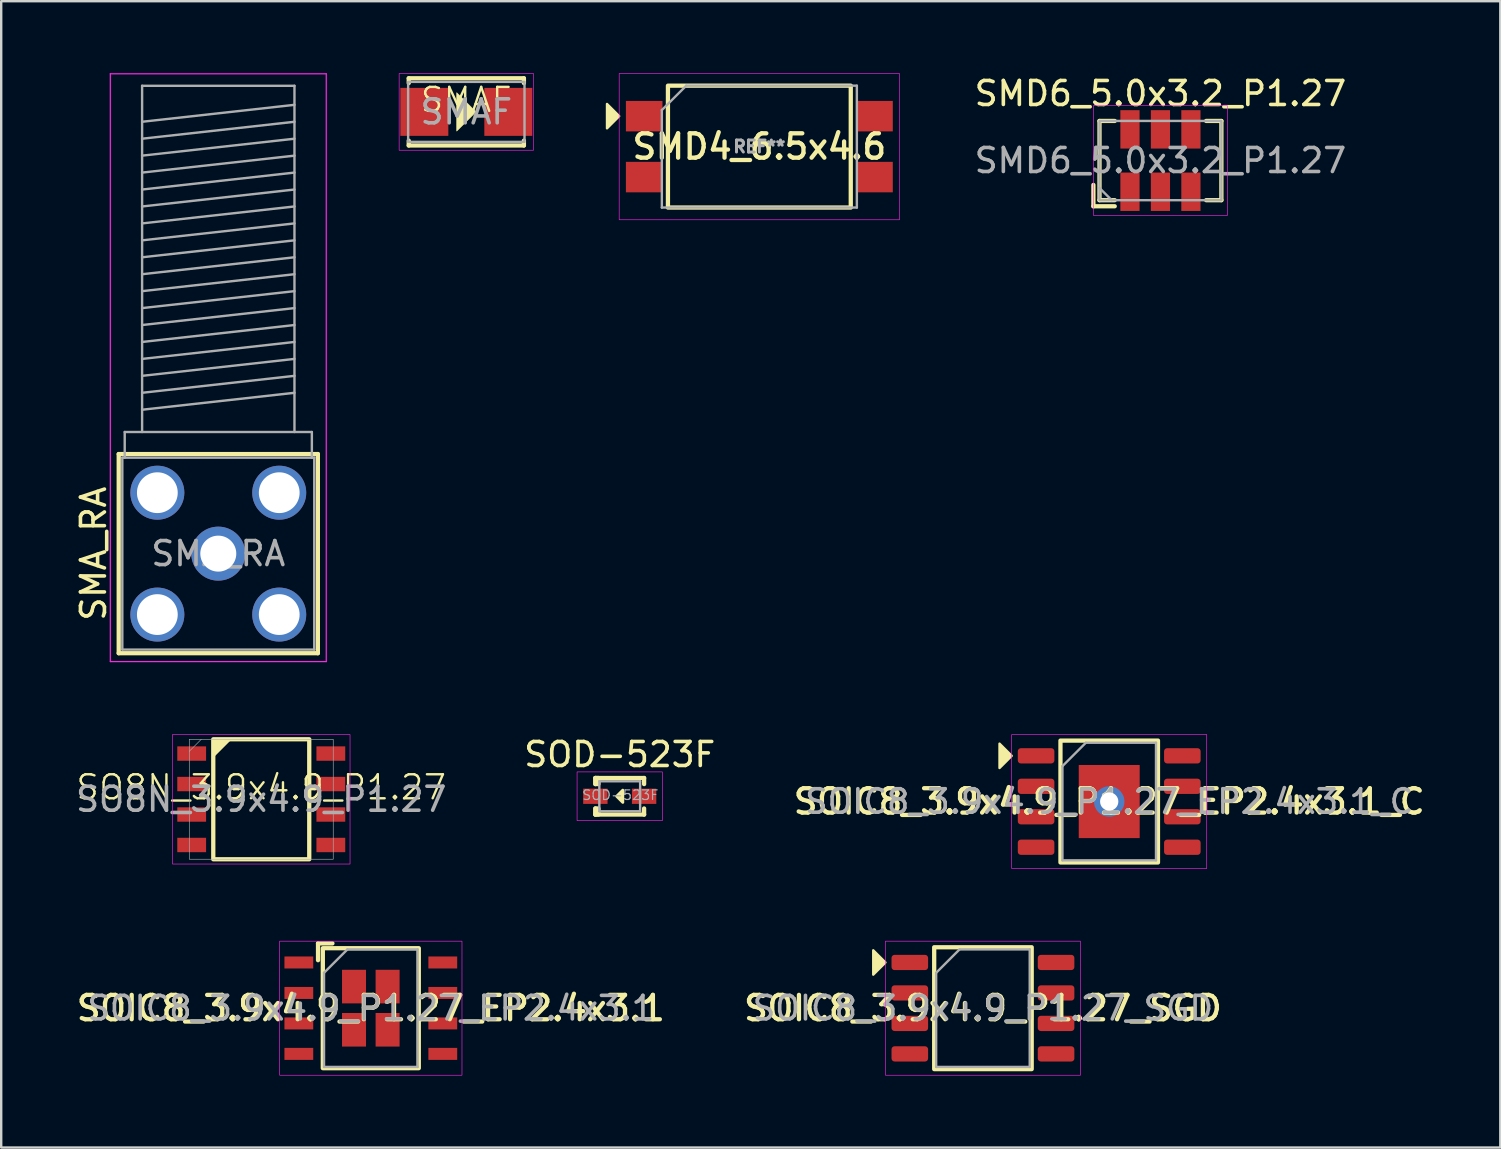
<source format=kicad_pcb>
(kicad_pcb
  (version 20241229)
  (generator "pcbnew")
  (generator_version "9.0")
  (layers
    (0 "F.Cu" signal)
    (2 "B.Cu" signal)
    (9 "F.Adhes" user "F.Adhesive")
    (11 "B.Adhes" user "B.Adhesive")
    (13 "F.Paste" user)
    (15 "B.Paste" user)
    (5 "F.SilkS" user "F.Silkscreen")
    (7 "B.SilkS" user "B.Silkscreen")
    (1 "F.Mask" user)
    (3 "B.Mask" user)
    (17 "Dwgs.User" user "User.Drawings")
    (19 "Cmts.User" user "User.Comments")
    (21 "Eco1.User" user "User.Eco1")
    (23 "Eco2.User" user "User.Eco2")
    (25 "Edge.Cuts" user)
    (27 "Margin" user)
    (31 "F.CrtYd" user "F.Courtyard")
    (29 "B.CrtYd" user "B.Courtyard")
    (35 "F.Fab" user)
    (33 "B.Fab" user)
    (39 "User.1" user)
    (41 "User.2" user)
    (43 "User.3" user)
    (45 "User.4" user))
  (footprint "SMAF"
    (layer "F.Cu")
    (at 16.386 1.613)
    (property "Reference" "SMAF" (at 0 -0.5 0) (unlocked yes) (layer "F.SilkS") (effects (font (size 1 1) (thickness 0.1))))
    (attr smd)
    (fp_line (start -2.4 -1.4) (end 2.4 -1.4) (stroke (width 0.178) (type default)) (layer "F.SilkS"))
    (fp_line (start -2.4 -1.2) (end -2.4 -1.4) (stroke (width 0.178) (type default)) (layer "F.SilkS"))
    (fp_line (start -2.4 1.4) (end -2.4 1.2) (stroke (width 0.178) (type default)) (layer "F.SilkS"))
    (fp_line (start 2.4 -1.4) (end 2.4 -1.2) (stroke (width 0.178) (type default)) (layer "F.SilkS"))
    (fp_line (start 2.4 1.2) (end 2.4 1.4) (stroke (width 0.178) (type default)) (layer "F.SilkS"))
    (fp_line (start 2.4 1.4) (end -2.4 1.4) (stroke (width 0.178) (type default)) (layer "F.SilkS"))
    (fp_poly (pts (xy 0.4 0) (xy -0.4 -0.8) (xy -0.4 0.8)) (stroke (width 0.025) (type solid)) (fill yes) (layer "F.SilkS"))
    (fp_rect (start -2.8 -1.6) (end 2.8 1.6) (stroke (width 0.025) (type default)) (fill no) (layer "F.CrtYd"))
    (fp_rect (start -2.425 -1.25) (end 2.425 1.25) (stroke (width 0.1) (type default)) (fill no) (layer "F.Fab"))
    (fp_text user "${REFERENCE}" (at 0 0 0) (unlocked yes) (layer "F.Fab") (effects (font (size 1 1) (thickness 0.15))))
    (pad "A" smd rect (at -1.75 0) (size 2 2) (layers "F.Cu" "F.Mask" "F.Paste"))
    (pad "K" smd rect (at 1.75 0) (size 2 2) (layers "F.Cu" "F.Mask" "F.Paste")))
  (footprint "SOIC8_3.9x4.9_P1.27_EP2.4x3.1_C"
    (layer "F.Cu")
    (at 43.181 30.357)
    (property "Reference" "SOIC8_3.9x4.9_P1.27_EP2.4x3.1_C" (at 0 0 0) (layer "F.SilkS") (effects (font (size 1.016 1.016) (thickness 0.178))))
    (attr smd)
    (fp_rect (start -2.032 -2.54) (end 2.032 2.54) (stroke (width 0.178) (type solid)) (fill no) (layer "F.SilkS"))
    (fp_poly (pts (xy -4.064 -1.905) (xy -4.572 -1.397) (xy -4.572 -2.413)) (stroke (width 0.1) (type solid)) (fill yes) (layer "F.SilkS"))
    (fp_rect (start -4.064 -2.794) (end 4.064 2.794) (stroke (width 0.025) (type solid)) (fill no) (layer "F.CrtYd"))
    (fp_line (start -1.95 -1.475) (end -0.975 -2.45) (stroke (width 0.1) (type solid)) (layer "F.Fab"))
    (fp_line (start -1.95 2.45) (end -1.95 -1.475) (stroke (width 0.1) (type solid)) (layer "F.Fab"))
    (fp_line (start -0.975 -2.45) (end 1.95 -2.45) (stroke (width 0.1) (type solid)) (layer "F.Fab"))
    (fp_line (start 1.95 -2.45) (end 1.95 2.45) (stroke (width 0.1) (type solid)) (layer "F.Fab"))
    (fp_line (start 1.95 2.45) (end -1.95 2.45) (stroke (width 0.1) (type solid)) (layer "F.Fab"))
    (fp_text user "${REFERENCE}" (at 0 0 0) (layer "F.Fab") (effects (font (size 0.98 0.98) (thickness 0.15))))
    (pad "1" smd roundrect (at -3.048 -1.905) (size 1.524 0.635) (layers "F.Cu" "F.Mask" "F.Paste") (roundrect_rratio 0.2))
    (pad "2" smd roundrect (at -3.048 -0.635) (size 1.524 0.635) (layers "F.Cu" "F.Mask" "F.Paste") (roundrect_rratio 0.2))
    (pad "3" smd roundrect (at -3.048 0.635) (size 1.524 0.635) (layers "F.Cu" "F.Mask" "F.Paste") (roundrect_rratio 0.2))
    (pad "4" smd roundrect (at -3.048 1.905) (size 1.524 0.635) (layers "F.Cu" "F.Mask" "F.Paste") (roundrect_rratio 0.2))
    (pad "5" smd roundrect (at 3.048 1.905) (size 1.524 0.635) (layers "F.Cu" "F.Mask" "F.Paste") (roundrect_rratio 0.2))
    (pad "6" smd roundrect (at 3.048 0.635) (size 1.524 0.635) (layers "F.Cu" "F.Mask" "F.Paste") (roundrect_rratio 0.2))
    (pad "7" smd roundrect (at 3.048 -0.635) (size 1.524 0.635) (layers "F.Cu" "F.Mask" "F.Paste") (roundrect_rratio 0.2))
    (pad "8" smd roundrect (at 3.048 -1.905) (size 1.524 0.635) (layers "F.Cu" "F.Mask" "F.Paste") (roundrect_rratio 0.2))
    (pad "9" smd rect (at 0 0) (size 0.508 0.762) (layers "B.Cu" "B.Mask"))
    (pad "9" thru_hole circle (at 0 0) (size 1.27 1.27) (drill 0.762) (layers "*.Cu" "*.Mask"))
    (pad "9" smd rect (at 0 0) (size 2.54 3.048) (layers "F.Cu" "F.Mask" "F.Paste")))
  (footprint "SOIC8_3.9x4.9_P1.27_EP2.4x3.1"
    (layer "F.Cu")
    (at 12.405 38.97)
    (property "Reference" "SOIC8_3.9x4.9_P1.27_EP2.4x3.1" (at 0 0 0) (layer "F.SilkS") (effects (font (size 1.016 1.016) (thickness 0.178))))
    (attr smd)
    (fp_line (start -2.2 -2.7) (end -1.6 -2.7) (stroke (width 0.178) (type solid)) (layer "F.SilkS"))
    (fp_line (start -2.2 -2) (end -2.2 -2.7) (stroke (width 0.178) (type solid)) (layer "F.SilkS"))
    (fp_rect (start -2 -2.5) (end 2 2.5) (stroke (width 0.178) (type solid)) (fill no) (layer "F.SilkS"))
    (fp_rect (start -3.8 -2.794) (end 3.8 2.794) (stroke (width 0.025) (type solid)) (fill no) (layer "F.CrtYd"))
    (fp_line (start -1.95 -1.475) (end -0.975 -2.45) (stroke (width 0.1) (type solid)) (layer "F.Fab"))
    (fp_line (start -1.95 2.45) (end -1.95 -1.475) (stroke (width 0.1) (type solid)) (layer "F.Fab"))
    (fp_line (start -0.975 -2.45) (end 1.95 -2.45) (stroke (width 0.1) (type solid)) (layer "F.Fab"))
    (fp_line (start 1.95 -2.45) (end 1.95 2.45) (stroke (width 0.1) (type solid)) (layer "F.Fab"))
    (fp_line (start 1.95 2.45) (end -1.95 2.45) (stroke (width 0.1) (type solid)) (layer "F.Fab"))
    (fp_text user "${REFERENCE}" (at 0 0 0) (layer "F.Fab") (effects (font (size 0.98 0.98) (thickness 0.15))))
    (pad "1" smd rect (at -3 -1.905) (size 1.2 0.5) (layers "F.Cu" "F.Mask" "F.Paste"))
    (pad "2" smd rect (at -3 -0.635) (size 1.2 0.5) (layers "F.Cu" "F.Mask" "F.Paste"))
    (pad "3" smd rect (at -3 0.635) (size 1.2 0.5) (layers "F.Cu" "F.Mask" "F.Paste"))
    (pad "4" smd rect (at -3 1.905) (size 1.2 0.5) (layers "F.Cu" "F.Mask" "F.Paste"))
    (pad "5" smd rect (at 3 1.905) (size 1.2 0.5) (layers "F.Cu" "F.Mask" "F.Paste"))
    (pad "6" smd rect (at 3 0.635) (size 1.2 0.5) (layers "F.Cu" "F.Mask" "F.Paste"))
    (pad "7" smd rect (at 3 -0.635) (size 1.2 0.5) (layers "F.Cu" "F.Mask" "F.Paste"))
    (pad "8" smd rect (at 3 -1.905) (size 1.2 0.5) (layers "F.Cu" "F.Mask" "F.Paste"))
    (pad "9" smd rect (at -0.7 -0.9) (size 1 1.4) (layers "F.Cu" "F.Mask" "F.Paste"))
    (pad "9" smd rect (at -0.7 0.9) (size 1 1.4) (layers "F.Cu" "F.Mask" "F.Paste"))
    (pad "9" smd rect (at 0.7 -0.9) (size 1 1.4) (layers "F.Cu" "F.Mask" "F.Paste"))
    (pad "9" smd rect (at 0.7 0.9) (size 1 1.4) (layers "F.Cu" "F.Mask" "F.Paste")))
  (footprint "SMA_RA"
    (layer "F.Cu")
    (at 6.048 20.025)
    (property "Reference" "SMA_RA" (at -5.2 0 90) (layer "F.SilkS") (effects (font (size 1 1) (thickness 0.15))))
    (attr through_hole)
    (fp_line (start -4.15 -4.15) (end -4.15 4.15) (stroke (width 0.178) (type solid)) (layer "F.SilkS"))
    (fp_line (start -4.15 -4.15) (end 4.15 -4.15) (stroke (width 0.178) (type solid)) (layer "F.SilkS"))
    (fp_line (start -4.15 4.15) (end 4.15 4.15) (stroke (width 0.178) (type solid)) (layer "F.SilkS"))
    (fp_line (start 4.15 -4.15) (end 4.15 4.15) (stroke (width 0.178) (type solid)) (layer "F.SilkS"))
    (fp_line (start -4.5 -20) (end -4.5 4.5) (stroke (width 0.05) (type solid)) (layer "F.CrtYd"))
    (fp_line (start -4.5 -20) (end 4.5 -20) (stroke (width 0.05) (type solid)) (layer "F.CrtYd"))
    (fp_line (start 4.5 4.5) (end -4.5 4.5) (stroke (width 0.05) (type solid)) (layer "F.CrtYd"))
    (fp_line (start 4.5 4.5) (end 4.5 -20) (stroke (width 0.05) (type solid)) (layer "F.CrtYd"))
    (fp_line (start -4 -4) (end -4 4) (stroke (width 0.1) (type solid)) (layer "F.Fab"))
    (fp_line (start -4 -4) (end 4 -4) (stroke (width 0.1) (type solid)) (layer "F.Fab"))
    (fp_line (start -4 4) (end 4 4) (stroke (width 0.1) (type solid)) (layer "F.Fab"))
    (fp_line (start -3.9 -5.07) (end -3.9 -4) (stroke (width 0.1) (type solid)) (layer "F.Fab"))
    (fp_line (start -3.175 -19.5) (end -3.175 -5.07) (stroke (width 0.1) (type solid)) (layer "F.Fab"))
    (fp_line (start -3.175 -19.5) (end 3.175 -19.5) (stroke (width 0.1) (type solid)) (layer "F.Fab"))
    (fp_line (start -3.175 -18) (end 3.175 -18.706) (stroke (width 0.1) (type solid)) (layer "F.Fab"))
    (fp_line (start -3.175 -17.294) (end 3.175 -18) (stroke (width 0.1) (type solid)) (layer "F.Fab"))
    (fp_line (start -3.175 -16.588) (end 3.175 -17.294) (stroke (width 0.1) (type solid)) (layer "F.Fab"))
    (fp_line (start -3.175 -15.882) (end 3.175 -16.588) (stroke (width 0.1) (type solid)) (layer "F.Fab"))
    (fp_line (start -3.175 -15.176) (end 3.175 -15.882) (stroke (width 0.1) (type solid)) (layer "F.Fab"))
    (fp_line (start -3.175 -14.47) (end 3.175 -15.176) (stroke (width 0.1) (type solid)) (layer "F.Fab"))
    (fp_line (start -3.175 -13.764) (end 3.175 -14.47) (stroke (width 0.1) (type solid)) (layer "F.Fab"))
    (fp_line (start -3.175 -13.058) (end 3.175 -13.764) (stroke (width 0.1) (type solid)) (layer "F.Fab"))
    (fp_line (start -3.175 -12.352) (end 3.175 -13.058) (stroke (width 0.1) (type solid)) (layer "F.Fab"))
    (fp_line (start -3.175 -11.646) (end 3.175 -12.352) (stroke (width 0.1) (type solid)) (layer "F.Fab"))
    (fp_line (start -3.175 -10.94) (end 3.175 -11.646) (stroke (width 0.1) (type solid)) (layer "F.Fab"))
    (fp_line (start -3.175 -10.234) (end 3.175 -10.94) (stroke (width 0.1) (type solid)) (layer "F.Fab"))
    (fp_line (start -3.175 -9.528) (end 3.175 -10.234) (stroke (width 0.1) (type solid)) (layer "F.Fab"))
    (fp_line (start -3.175 -8.822) (end 3.175 -9.528) (stroke (width 0.1) (type solid)) (layer "F.Fab"))
    (fp_line (start -3.175 -8.116) (end 3.175 -8.822) (stroke (width 0.1) (type solid)) (layer "F.Fab"))
    (fp_line (start -3.175 -7.41) (end 3.175 -8.116) (stroke (width 0.1) (type solid)) (layer "F.Fab"))
    (fp_line (start -3.175 -6.704) (end 3.175 -7.41) (stroke (width 0.1) (type solid)) (layer "F.Fab"))
    (fp_line (start -3.175 -5.998) (end 3.175 -6.704) (stroke (width 0.1) (type solid)) (layer "F.Fab"))
    (fp_line (start 3.175 -19.5) (end 3.175 -5.07) (stroke (width 0.1) (type solid)) (layer "F.Fab"))
    (fp_line (start 3.9 -5.07) (end -3.9 -5.07) (stroke (width 0.1) (type solid)) (layer "F.Fab"))
    (fp_line (start 3.9 -4) (end 3.9 -5.07) (stroke (width 0.1) (type solid)) (layer "F.Fab"))
    (fp_line (start 4 -4) (end 4 4) (stroke (width 0.1) (type solid)) (layer "F.Fab"))
    (fp_text user "${REFERENCE}" (at 0 0 0) (layer "F.Fab") (effects (font (size 1 1) (thickness 0.15))))
    (pad "1" thru_hole circle (at 0 0) (size 2.25 2.25) (drill 1.5) (layers "*.Cu" "*.Mask"))
    (pad "2" thru_hole circle (at -2.54 -2.54) (size 2.25 2.25) (drill 1.7) (layers "*.Cu" "*.Mask"))
    (pad "2" thru_hole circle (at -2.54 2.54) (size 2.25 2.25) (drill 1.7) (layers "*.Cu" "*.Mask"))
    (pad "2" thru_hole circle (at 2.54 -2.54) (size 2.25 2.25) (drill 1.7) (layers "*.Cu" "*.Mask"))
    (pad "2" thru_hole circle (at 2.54 2.54 90) (size 2.25 2.25) (drill 1.7) (layers "*.Cu" "*.Mask")))
  (footprint "SOIC8_3.9x4.9_P1.27_SGD"
    (layer "F.Cu")
    (at 37.918 38.97)
    (property "Reference" "SOIC8_3.9x4.9_P1.27_SGD" (at 0 0 0) (layer "F.SilkS") (effects (font (size 1.016 1.016) (thickness 0.178))))
    (attr smd)
    (fp_rect (start -2.032 -2.54) (end 2.032 2.54) (stroke (width 0.178) (type solid)) (fill no) (layer "F.SilkS"))
    (fp_poly (pts (xy -4.064 -1.905) (xy -4.572 -1.397) (xy -4.572 -2.413)) (stroke (width 0.1) (type solid)) (fill yes) (layer "F.SilkS"))
    (fp_rect (start -4.064 -2.794) (end 4.064 2.794) (stroke (width 0.025) (type solid)) (fill no) (layer "F.CrtYd"))
    (fp_line (start -1.95 -1.475) (end -0.975 -2.45) (stroke (width 0.1) (type solid)) (layer "F.Fab"))
    (fp_line (start -1.95 2.45) (end -1.95 -1.475) (stroke (width 0.1) (type solid)) (layer "F.Fab"))
    (fp_line (start -0.975 -2.45) (end 1.95 -2.45) (stroke (width 0.1) (type solid)) (layer "F.Fab"))
    (fp_line (start 1.95 -2.45) (end 1.95 2.45) (stroke (width 0.1) (type solid)) (layer "F.Fab"))
    (fp_line (start 1.95 2.45) (end -1.95 2.45) (stroke (width 0.1) (type solid)) (layer "F.Fab"))
    (fp_text user "${REFERENCE}" (at 0 0 0) (layer "F.Fab") (effects (font (size 0.98 0.98) (thickness 0.15))))
    (pad "D1" smd roundrect (at 3.048 -1.905) (size 1.524 0.635) (layers "F.Cu" "F.Mask" "F.Paste") (roundrect_rratio 0.2))
    (pad "D1" smd roundrect (at 3.048 -0.635) (size 1.524 0.635) (layers "F.Cu" "F.Mask" "F.Paste") (roundrect_rratio 0.2))
    (pad "D2" smd roundrect (at 3.048 0.635) (size 1.524 0.635) (layers "F.Cu" "F.Mask" "F.Paste") (roundrect_rratio 0.2))
    (pad "D2" smd roundrect (at 3.048 1.905) (size 1.524 0.635) (layers "F.Cu" "F.Mask" "F.Paste") (roundrect_rratio 0.2))
    (pad "G1" smd roundrect (at -3.048 -0.635) (size 1.524 0.635) (layers "F.Cu" "F.Mask" "F.Paste") (roundrect_rratio 0.2))
    (pad "G2" smd roundrect (at -3.048 1.905) (size 1.524 0.635) (layers "F.Cu" "F.Mask" "F.Paste") (roundrect_rratio 0.2))
    (pad "S1" smd roundrect (at -3.048 -1.905) (size 1.524 0.635) (layers "F.Cu" "F.Mask" "F.Paste") (roundrect_rratio 0.2))
    (pad "S2" smd roundrect (at -3.048 0.635) (size 1.524 0.635) (layers "F.Cu" "F.Mask" "F.Paste") (roundrect_rratio 0.2)))
  (footprint "SOD-523F"
    (layer "F.Cu")
    (at 22.78 30.138)
    (property "Reference" "SOD-523F" (at 0 -1.74 0) (layer "F.SilkS") (effects (font (size 1 1) (thickness 0.15))))
    (attr smd)
    (fp_line (start -1.016 -0.762) (end -1.016 -0.508) (stroke (width 0.178) (type solid)) (layer "F.SilkS"))
    (fp_line (start -1.016 0.508) (end -1.016 0.762) (stroke (width 0.178) (type solid)) (layer "F.SilkS"))
    (fp_line (start 1.016 -0.762) (end -1.016 -0.762) (stroke (width 0.178) (type solid)) (layer "F.SilkS"))
    (fp_line (start 1.016 -0.508) (end 1.016 -0.762) (stroke (width 0.178) (type solid)) (layer "F.SilkS"))
    (fp_line (start 1.016 0.508) (end 1.016 0.762) (stroke (width 0.178) (type solid)) (layer "F.SilkS"))
    (fp_line (start 1.016 0.762) (end -1.016 0.762) (stroke (width 0.178) (type solid)) (layer "F.SilkS"))
    (fp_rect (start -1.016 -0.762) (end -0.889 -0.508) (stroke (width 0.178) (type solid)) (fill no) (layer "F.SilkS"))
    (fp_rect (start -1.016 0.508) (end -0.889 0.762) (stroke (width 0.178) (type solid)) (fill no) (layer "F.SilkS"))
    (fp_poly (pts (xy 0.127 0.254) (xy -0.127 0) (xy 0.127 -0.254)) (stroke (width 0.12) (type solid)) (fill yes) (layer "F.SilkS"))
    (fp_rect (start -1.778 1.016) (end 1.778 -1.016) (stroke (width 0.025) (type solid)) (fill no) (layer "F.CrtYd"))
    (fp_line (start -0.85 -0.625) (end 0.85 -0.625) (stroke (width 0.1) (type solid)) (layer "F.Fab"))
    (fp_line (start -0.85 0.625) (end -0.85 -0.625) (stroke (width 0.1) (type solid)) (layer "F.Fab"))
    (fp_line (start -0.85 0.625) (end 0.85 0.625) (stroke (width 0.1) (type solid)) (layer "F.Fab"))
    (fp_line (start 0.85 -0.625) (end 0.85 0.625) (stroke (width 0.1) (type solid)) (layer "F.Fab"))
    (fp_text user "${REFERENCE}" (at 0.025 -0.05 0) (layer "F.Fab") (effects (font (size 0.4 0.4) (thickness 0.05))))
    (pad "A" smd rect (at 1.016 0) (size 1.016 0.635) (layers "F.Cu" "F.Mask" "F.Paste"))
    (pad "K" smd rect (at -1.016 0) (size 1.016 0.635) (layers "F.Cu" "F.Mask" "F.Paste")))
  (footprint "SO8N_3.9x4.9_P1.27"
    (layer "F.Cu")
    (at 7.839 30.263)
    (property "Reference" "SO8N_3.9x4.9_P1.27" (at 0 -0.5 0) (unlocked yes) (layer "F.SilkS") (effects (font (size 1 1) (thickness 0.1))))
    (attr smd)
    (fp_rect (start -2 -2.5) (end 2 2.5) (stroke (width 0.178) (type default)) (fill no) (layer "F.SilkS"))
    (fp_poly (pts (xy -2 -2.5) (xy -2 -1.8) (xy -1.3 -2.5)) (stroke (width 0.1) (type solid)) (fill yes) (layer "F.SilkS"))
    (fp_rect (start -3.7 -2.7) (end 3.7 2.7) (stroke (width 0.025) (type default)) (fill no) (layer "F.CrtYd"))
    (fp_line (start -3 -2) (end -2.5 -2.5) (stroke (width 0.025) (type default)) (layer "F.Fab"))
    (fp_rect (start -3 -2.5) (end 3 2.5) (stroke (width 0.025) (type default)) (fill no) (layer "F.Fab"))
    (fp_text user "${REFERENCE}" (at 0 0 0) (unlocked yes) (layer "F.Fab") (effects (font (size 1 1) (thickness 0.15))))
    (pad "1" smd rect (at -2.9 -1.905) (size 1.2 0.6) (layers "F.Cu" "F.Mask" "F.Paste"))
    (pad "2" smd rect (at -2.9 -0.635) (size 1.2 0.6) (layers "F.Cu" "F.Mask" "F.Paste"))
    (pad "3" smd rect (at -2.9 0.635) (size 1.2 0.6) (layers "F.Cu" "F.Mask" "F.Paste"))
    (pad "4" smd rect (at -2.9 1.905) (size 1.2 0.6) (layers "F.Cu" "F.Mask" "F.Paste"))
    (pad "5" smd rect (at 2.9 1.905) (size 1.2 0.6) (layers "F.Cu" "F.Mask" "F.Paste"))
    (pad "6" smd rect (at 2.9 0.635) (size 1.2 0.6) (layers "F.Cu" "F.Mask" "F.Paste"))
    (pad "7" smd rect (at 2.9 -0.635) (size 1.2 0.6) (layers "F.Cu" "F.Mask" "F.Paste"))
    (pad "8" smd rect (at 2.9 -1.905) (size 1.2 0.6) (layers "F.Cu" "F.Mask" "F.Paste")))
  (footprint "SMD4_6.5x4.6"
    (layer "F.Cu")
    (at 28.599 3.061)
    (property "Reference" "SMD4_6.5x4.6" (at 0 0 0) (layer "F.SilkS") (effects (font (size 1.016 1.016) (thickness 0.178))))
    (attr smd)
    (fp_rect (start -3.81 -2.54) (end 3.81 2.54) (stroke (width 0.178) (type solid)) (fill no) (layer "F.SilkS"))
    (fp_poly (pts (xy -5.842 -1.27) (xy -6.35 -0.762) (xy -6.35 -1.778)) (stroke (width 0.1) (type solid)) (fill yes) (layer "F.SilkS"))
    (fp_rect (start 5.842 3.048) (end -5.842 -3.048) (stroke (width 0.025) (type solid)) (fill no) (layer "F.CrtYd"))
    (fp_line (start -4.064 -1.524) (end -3.048 -2.54) (stroke (width 0.1) (type solid)) (layer "F.Fab"))
    (fp_line (start -4.064 2.54) (end -4.064 -1.524) (stroke (width 0.1) (type solid)) (layer "F.Fab"))
    (fp_line (start -3.048 -2.54) (end 4.064 -2.54) (stroke (width 0.1) (type solid)) (layer "F.Fab"))
    (fp_line (start 4.064 -2.54) (end 4.064 2.54) (stroke (width 0.1) (type solid)) (layer "F.Fab"))
    (fp_line (start 4.064 2.54) (end -4.064 2.54) (stroke (width 0.1) (type solid)) (layer "F.Fab"))
    (fp_text user "REF**" (at 0 0 0) (layer "F.Fab") (effects (font (size 0.5 0.5) (thickness 0.125))))
    (pad "1" smd rect (at -4.8 -1.27) (size 1.524 1.27) (layers "F.Cu" "F.Mask" "F.Paste"))
    (pad "2" smd rect (at -4.8 1.27) (size 1.524 1.27) (layers "F.Cu" "F.Mask" "F.Paste"))
    (pad "3" smd rect (at 4.8 1.27) (size 1.524 1.27) (layers "F.Cu" "F.Mask" "F.Paste"))
    (pad "4" smd rect (at 4.8 -1.27) (size 1.524 1.27) (layers "F.Cu" "F.Mask" "F.Paste")))
  (footprint "SMD6_5.0x3.2_P1.27"
    (layer "F.Cu")
    (at 45.316 3.642)
    (property "Reference" "SMD6_5.0x3.2_P1.27" (at 0 -2.794 0) (unlocked yes) (layer "F.SilkS") (effects (font (size 1 1) (thickness 0.15))))
    (attr smd)
    (fp_line (start -2.794 1.905) (end -2.794 1.016) (stroke (width 0.178) (type solid)) (layer "F.SilkS"))
    (fp_line (start -2.54 -1.651) (end -1.905 -1.651) (stroke (width 0.178) (type solid)) (layer "F.SilkS"))
    (fp_line (start -2.54 1.651) (end -2.54 -1.651) (stroke (width 0.178) (type solid)) (layer "F.SilkS"))
    (fp_line (start -1.905 1.651) (end -2.54 1.651) (stroke (width 0.178) (type solid)) (layer "F.SilkS"))
    (fp_line (start -1.905 1.905) (end -2.794 1.905) (stroke (width 0.178) (type solid)) (layer "F.SilkS"))
    (fp_line (start 1.905 -1.651) (end 2.54 -1.651) (stroke (width 0.178) (type solid)) (layer "F.SilkS"))
    (fp_line (start 2.54 -1.651) (end 2.54 1.651) (stroke (width 0.178) (type solid)) (layer "F.SilkS"))
    (fp_line (start 2.54 1.651) (end 1.905 1.651) (stroke (width 0.178) (type solid)) (layer "F.SilkS"))
    (fp_rect (start -2.794 2.286) (end 2.794 -2.286) (stroke (width 0.025) (type solid)) (fill no) (layer "F.CrtYd"))
    (fp_line (start -2.032 1.651) (end -2.54 1.143) (stroke (width 0.1) (type solid)) (layer "F.Fab"))
    (fp_rect (start -2.54 -1.651) (end 2.54 1.651) (stroke (width 0.1) (type solid)) (fill no) (layer "F.Fab"))
    (fp_text user "${REFERENCE}" (at 0 0 0) (unlocked yes) (layer "F.Fab") (effects (font (size 1 1) (thickness 0.15))))
    (pad "1" smd rect (at -1.27 1.3) (size 0.8 1.6) (layers "F.Cu" "F.Mask" "F.Paste"))
    (pad "2" smd rect (at 0 1.3) (size 0.8 1.6) (layers "F.Cu" "F.Mask" "F.Paste"))
    (pad "3" smd rect (at 1.27 1.3) (size 0.8 1.6) (layers "F.Cu" "F.Mask" "F.Paste"))
    (pad "4" smd rect (at 1.27 -1.3) (size 0.8 1.6) (layers "F.Cu" "F.Mask" "F.Paste"))
    (pad "5" smd rect (at 0 -1.3) (size 0.8 1.6) (layers "F.Cu" "F.Mask" "F.Paste"))
    (pad "6" smd rect (at -1.27 -1.3) (size 0.8 1.6) (layers "F.Cu" "F.Mask" "F.Paste")))
  (gr_rect
    (start -3 -3)
    (end 59.482 44.777)
    (stroke (width 0.1) (type default))
    (fill no)
    (layer "Edge.Cuts")))
</source>
